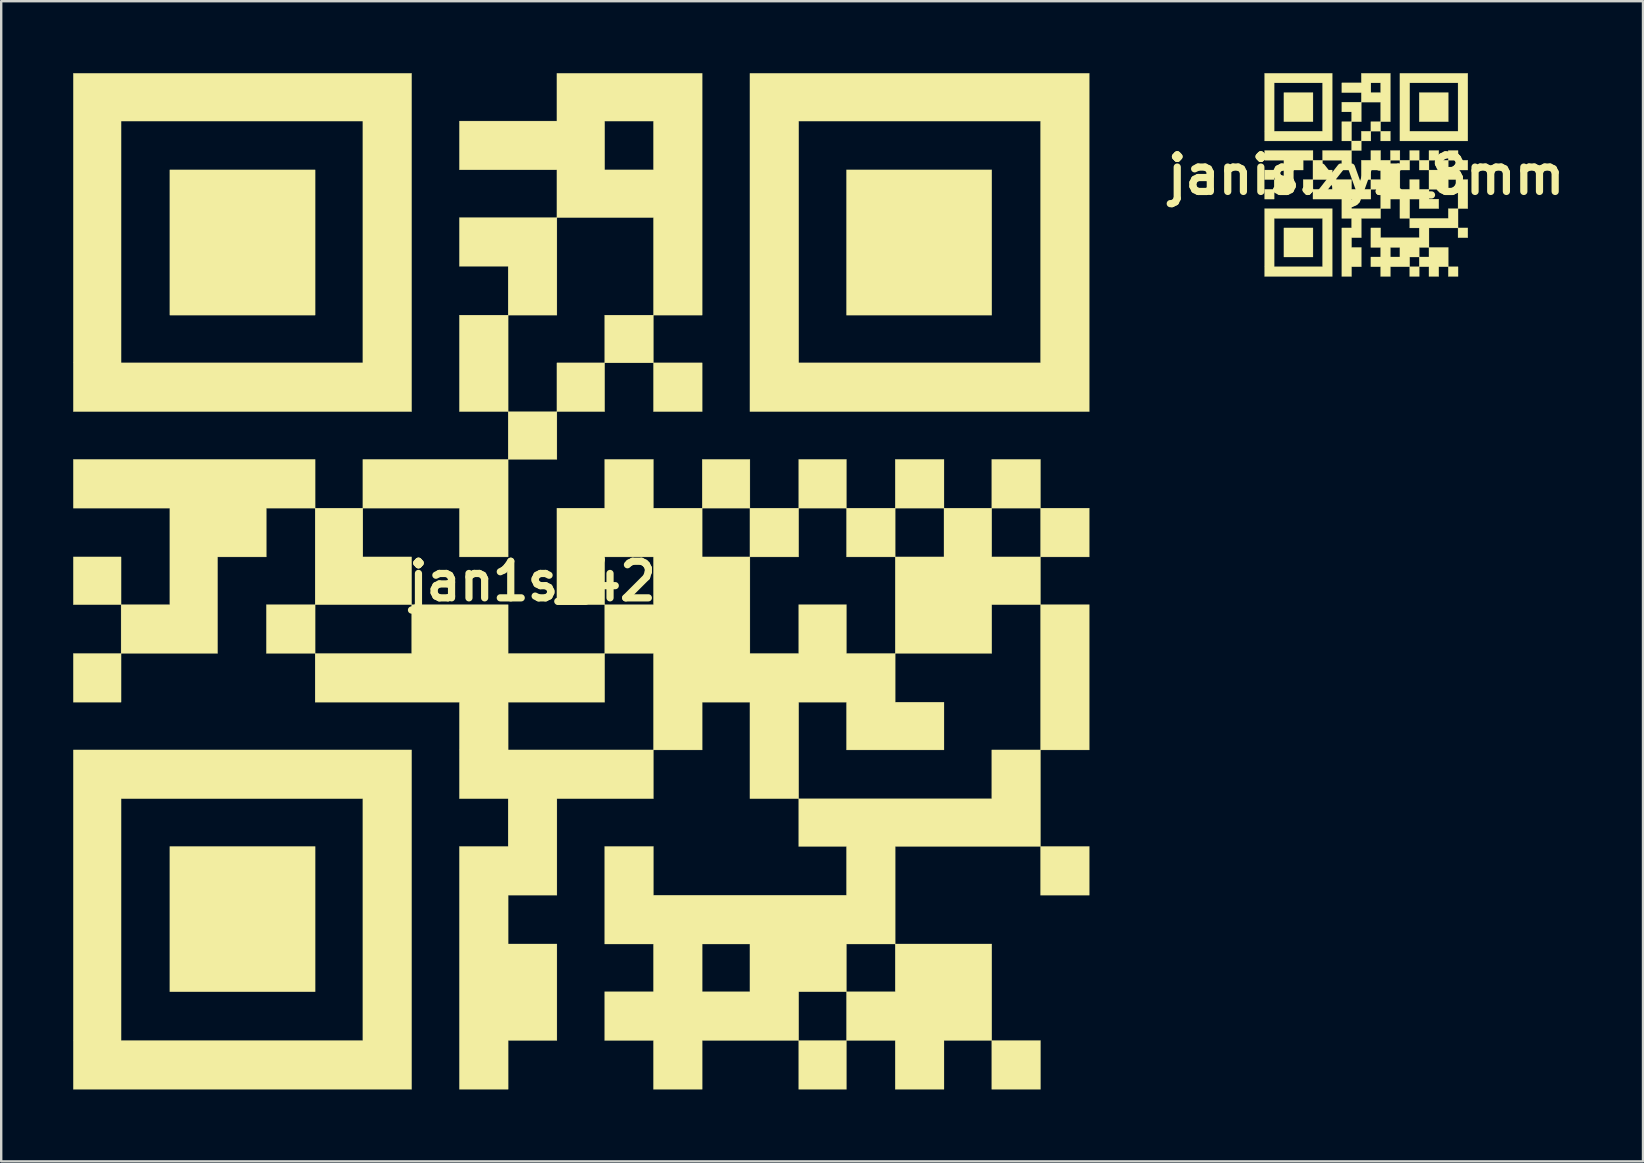
<source format=kicad_pcb>
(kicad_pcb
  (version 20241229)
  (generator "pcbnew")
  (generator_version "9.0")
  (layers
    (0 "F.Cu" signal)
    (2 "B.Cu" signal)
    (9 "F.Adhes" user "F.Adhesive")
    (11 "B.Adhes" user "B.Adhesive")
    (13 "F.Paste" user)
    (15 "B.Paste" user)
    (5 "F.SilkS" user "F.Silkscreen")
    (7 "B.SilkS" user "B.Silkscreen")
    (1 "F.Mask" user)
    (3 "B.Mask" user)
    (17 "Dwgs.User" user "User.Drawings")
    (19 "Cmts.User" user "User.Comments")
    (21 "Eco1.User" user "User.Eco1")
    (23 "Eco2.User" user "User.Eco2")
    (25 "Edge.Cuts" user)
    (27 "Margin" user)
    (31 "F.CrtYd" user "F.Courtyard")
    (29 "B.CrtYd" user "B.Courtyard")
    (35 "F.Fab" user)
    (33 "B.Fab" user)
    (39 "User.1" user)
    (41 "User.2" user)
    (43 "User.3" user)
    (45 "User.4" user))
  (footprint "janis.xyz_8mm"
    (layer "F.Cu")
    (at 53.878 4.238)
    (property "Reference" "janis.xyz_8mm" (at 0 0 0) (layer "F.SilkS") (effects (font (size 1.524 1.524) (thickness 0.3))))
    (attr through_hole)
    (fp_poly (pts (xy -4.233 0.195) (xy -4.233 -0.203) (xy -3.835 -0.203) (xy -3.835 0.195) (xy -4.233 0.195)) (stroke (width 0.01) (type solid)) (fill yes) (layer "F.SilkS"))
    (fp_poly (pts (xy -3.835 1.008) (xy -4.233 1.008) (xy -4.233 0.601) (xy -3.835 0.601) (xy -3.835 1.008)) (stroke (width 0.01) (type solid)) (fill yes) (layer "F.SilkS"))
    (fp_poly (pts (xy -2.625 0.601) (xy -2.625 0.195) (xy -2.218 0.195) (xy -2.218 0.601) (xy -2.625 0.601)) (stroke (width 0.01) (type solid)) (fill yes) (layer "F.SilkS"))
    (fp_poly (pts (xy -2.218 -2.218) (xy -3.429 -2.218) (xy -3.429 -3.429) (xy -2.218 -3.429) (xy -2.218 -2.218)) (stroke (width 0.01) (type solid)) (fill yes) (layer "F.SilkS"))
    (fp_poly (pts (xy -2.218 3.421) (xy -3.429 3.421) (xy -3.429 2.21) (xy -2.218 2.21) (xy -2.218 3.421)) (stroke (width 0.01) (type solid)) (fill yes) (layer "F.SilkS"))
    (fp_poly (pts (xy 1.008 -1.414) (xy 0.601 -1.414) (xy 0.601 -1.82) (xy 1.008 -1.82) (xy 1.008 -1.414)) (stroke (width 0.01) (type solid)) (fill yes) (layer "F.SilkS"))
    (fp_poly (pts (xy 2.21 4.233) (xy 1.812 4.233) (xy 1.812 3.827) (xy 2.21 3.827) (xy 2.21 4.233)) (stroke (width 0.01) (type solid)) (fill yes) (layer "F.SilkS"))
    (fp_poly (pts (xy 3.421 -2.218) (xy 2.21 -2.218) (xy 2.21 -3.429) (xy 3.421 -3.429) (xy 3.421 -2.218)) (stroke (width 0.01) (type solid)) (fill yes) (layer "F.SilkS"))
    (fp_poly (pts (xy 3.421 -1.016) (xy 3.827 -1.016) (xy 3.827 -0.61) (xy 3.421 -0.61) (xy 3.421 -1.016)) (stroke (width 0.01) (type solid)) (fill yes) (layer "F.SilkS"))
    (fp_poly (pts (xy 3.827 -0.61) (xy 4.233 -0.61) (xy 4.233 -0.203) (xy 3.827 -0.203) (xy 3.827 -0.61)) (stroke (width 0.01) (type solid)) (fill yes) (layer "F.SilkS"))
    (fp_poly (pts (xy 3.827 0.195) (xy 4.233 0.195) (xy 4.233 1.405) (xy 3.827 1.405) (xy 3.827 0.195)) (stroke (width 0.01) (type solid)) (fill yes) (layer "F.SilkS"))
    (fp_poly (pts (xy 3.827 4.233) (xy 3.421 4.233) (xy 3.421 3.827) (xy 3.827 3.827) (xy 3.827 4.233)) (stroke (width 0.01) (type solid)) (fill yes) (layer "F.SilkS"))
    (fp_poly (pts (xy 4.233 2.616) (xy 3.827 2.616) (xy 3.827 2.21) (xy 4.233 2.21) (xy 4.233 2.616)) (stroke (width 0.01) (type solid)) (fill yes) (layer "F.SilkS"))
    (fp_poly (pts (xy -2.218 -0.61) (xy -1.82 -0.61) (xy -1.82 -0.203) (xy -1.414 -0.203) (xy -1.414 0.195) (xy -2.218 0.195) (xy -2.218 -0.61)) (stroke (width 0.01) (type solid)) (fill yes) (layer "F.SilkS"))
    (fp_poly (pts (xy -1.82 -1.016) (xy -0.61 -1.016) (xy -0.61 -0.203) (xy -1.016 -0.203) (xy -1.016 -0.61) (xy -1.82 -0.61) (xy -1.82 -1.016)) (stroke (width 0.01) (type solid)) (fill yes) (layer "F.SilkS"))
    (fp_poly (pts (xy 2.21 3.421) (xy 2.616 3.421) (xy 2.616 3.023) (xy 3.421 3.023) (xy 3.421 3.827) (xy 3.023 3.827) (xy 3.023 4.233) (xy 2.616 4.233) (xy 2.616 3.827) (xy 2.21 3.827) (xy 2.21 3.421)) (stroke (width 0.01) (type solid)) (fill yes) (layer "F.SilkS"))
    (fp_poly (pts (xy -1.414 -1.414) (xy -4.233 -1.414) (xy -4.233 -3.835) (xy -3.835 -3.835) (xy -3.835 -1.82) (xy -1.82 -1.82) (xy -1.82 -3.835) (xy -3.835 -3.835) (xy -4.233 -3.835) (xy -4.233 -4.233) (xy -1.414 -4.233) (xy -1.414 -1.414)) (stroke (width 0.01) (type solid)) (fill yes) (layer "F.SilkS"))
    (fp_poly (pts (xy -1.414 4.233) (xy -4.233 4.233) (xy -4.233 1.812) (xy -3.835 1.812) (xy -3.835 3.827) (xy -1.82 3.827) (xy -1.82 1.812) (xy -3.835 1.812) (xy -4.233 1.812) (xy -4.233 1.405) (xy -1.414 1.405) (xy -1.414 4.233)) (stroke (width 0.01) (type solid)) (fill yes) (layer "F.SilkS"))
    (fp_poly (pts (xy 4.233 -1.414) (xy 1.405 -1.414) (xy 1.405 -3.835) (xy 1.812 -3.835) (xy 1.812 -1.82) (xy 3.827 -1.82) (xy 3.827 -3.835) (xy 1.812 -3.835) (xy 1.405 -3.835) (xy 1.405 -4.233) (xy 4.233 -4.233) (xy 4.233 -1.414)) (stroke (width 0.01) (type solid)) (fill yes) (layer "F.SilkS"))
    (fp_poly (pts (xy -3.835 0.195) (xy -3.429 0.195) (xy -3.429 -0.61) (xy -4.233 -0.61) (xy -4.233 -1.016) (xy -2.218 -1.016) (xy -2.218 -0.61) (xy -2.625 -0.61) (xy -2.625 -0.203) (xy -3.031 -0.203) (xy -3.031 0.601) (xy -3.835 0.601) (xy -3.835 0.195)) (stroke (width 0.01) (type solid)) (fill yes) (layer "F.SilkS"))
    (fp_poly (pts (xy 3.827 2.21) (xy 2.616 2.21) (xy 2.616 3.023) (xy 2.21 3.023) (xy 2.21 3.421) (xy 1.812 3.421) (xy 1.812 3.827) (xy 1.008 3.827) (xy 1.008 4.233) (xy 0.601 4.233) (xy 0.601 3.827) (xy 0.195 3.827) (xy 0.195 3.421) (xy 0.601 3.421) (xy 0.601 3.023) (xy 1.008 3.023) (xy 1.008 3.421) (xy 1.405 3.421) (xy 1.405 3.023) (xy 1.008 3.023) (xy 0.601 3.023) (xy 0.195 3.023) (xy 0.195 2.21) (xy 0.601 2.21) (xy 0.601 2.616) (xy 2.21 2.616) (xy 2.21 2.21) (xy 1.812 2.21) (xy 1.812 1.812) (xy 3.421 1.812) (xy 3.421 1.405) (xy 3.827 1.405) (xy 3.827 2.21)) (stroke (width 0.01) (type solid)) (fill yes) (layer "F.SilkS"))
    (fp_poly (pts (xy -0.61 -1.414) (xy -1.016 -1.414) (xy -1.016 -2.218) (xy -0.61 -2.218) (xy -0.61 -1.414) (xy -0.203 -1.414) (xy -0.203 -1.82) (xy 0.195 -1.82) (xy 0.195 -2.218) (xy 0.601 -2.218) (xy 0.601 -3.031) (xy -0.203 -3.031) (xy -0.203 -2.218) (xy -0.61 -2.218) (xy -0.61 -2.625) (xy -1.016 -2.625) (xy -1.016 -3.031) (xy -0.203 -3.031) (xy -0.203 -3.429) (xy -1.016 -3.429) (xy -1.016 -3.835) (xy -0.203 -3.835) (xy 0.195 -3.835) (xy 0.195 -3.429) (xy 0.601 -3.429) (xy 0.601 -3.835) (xy 0.195 -3.835) (xy -0.203 -3.835) (xy -0.203 -4.233) (xy 1.008 -4.233) (xy 1.008 -2.218) (xy 0.601 -2.218) (xy 0.601 -1.82) (xy 0.195 -1.82) (xy 0.195 -1.414) (xy -0.203 -1.414) (xy -0.203 -1.016) (xy -0.61 -1.016) (xy -0.61 -1.414)) (stroke (width 0.01) (type solid)) (fill yes) (layer "F.SilkS"))
    (fp_poly (pts (xy 3.421 -0.203) (xy 3.827 -0.203) (xy 3.827 0.195) (xy 3.421 0.195) (xy 3.421 0.601) (xy 2.616 0.601) (xy 2.616 1.008) (xy 3.023 1.008) (xy 3.023 1.405) (xy 2.21 1.405) (xy 2.21 1.008) (xy 1.812 1.008) (xy 1.812 1.812) (xy 1.405 1.812) (xy 1.405 1.008) (xy 1.008 1.008) (xy 1.008 1.405) (xy 0.601 1.405) (xy 0.601 1.812) (xy -0.203 1.812) (xy -0.203 2.616) (xy -0.61 2.616) (xy -0.61 3.023) (xy -0.203 3.023) (xy -0.203 3.827) (xy -0.61 3.827) (xy -0.61 4.233) (xy -1.016 4.233) (xy -1.016 2.21) (xy -0.61 2.21) (xy -0.61 1.812) (xy -1.016 1.812) (xy -1.016 1.008) (xy -0.61 1.008) (xy -0.61 1.405) (xy 0.601 1.405) (xy 0.601 0.601) (xy 0.195 0.601) (xy 0.195 1.008) (xy -0.61 1.008) (xy -1.016 1.008) (xy -2.218 1.008) (xy -2.218 0.601) (xy -1.414 0.601) (xy -1.414 0.195) (xy -0.61 0.195) (xy -0.61 0.601) (xy 0.195 0.601) (xy 0.195 0.195) (xy -0.203 0.195) (xy -0.203 -0.203) (xy 0.195 -0.203) (xy 0.195 0.195) (xy 0.601 0.195) (xy 0.601 -0.203) (xy 0.195 -0.203) (xy -0.203 -0.203) (xy -0.203 -0.61) (xy 0.195 -0.61) (xy 0.195 -1.016) (xy 0.601 -1.016) (xy 0.601 -0.61) (xy 1.008 -0.61) (xy 1.008 -0.203) (xy 1.405 -0.203) (xy 1.405 0.601) (xy 1.812 0.601) (xy 1.812 0.195) (xy 2.21 0.195) (xy 2.21 0.601) (xy 2.616 0.601) (xy 2.616 -0.203) (xy 2.21 -0.203) (xy 2.21 -0.61) (xy 1.812 -0.61) (xy 1.812 -0.203) (xy 1.405 -0.203) (xy 1.405 -0.61) (xy 1.008 -0.61) (xy 1.008 -1.016) (xy 1.405 -1.016) (xy 1.405 -0.61) (xy 1.812 -0.61) (xy 1.812 -1.016) (xy 2.21 -1.016) (xy 2.21 -0.61) (xy 2.616 -0.61) (xy 2.616 -0.203) (xy 3.023 -0.203) (xy 3.023 -0.61) (xy 2.616 -0.61) (xy 2.616 -1.016) (xy 3.023 -1.016) (xy 3.023 -0.61) (xy 3.421 -0.61) (xy 3.421 -0.203)) (stroke (width 0.01) (type solid)) (fill yes) (layer "F.SilkS")))
  (footprint "jan1s_42mm"
    (layer "F.Cu")
    (at 21.172 21.172)
    (property "Reference" "jan1s_42mm" (at 0 0 0) (layer "F.SilkS") (effects (font (size 1.524 1.524) (thickness 0.3))))
    (attr through_hole)
    (fp_poly (pts (xy -21.167 0.974) (xy -21.167 -1.016) (xy -19.177 -1.016) (xy -19.177 0.974) (xy -21.167 0.974)) (stroke (width 0.01) (type solid)) (fill yes) (layer "F.SilkS"))
    (fp_poly (pts (xy -19.177 5.038) (xy -21.167 5.038) (xy -21.167 3.006) (xy -19.177 3.006) (xy -19.177 5.038)) (stroke (width 0.01) (type solid)) (fill yes) (layer "F.SilkS"))
    (fp_poly (pts (xy -13.123 3.006) (xy -13.123 0.974) (xy -11.091 0.974) (xy -11.091 3.006) (xy -13.123 3.006)) (stroke (width 0.01) (type solid)) (fill yes) (layer "F.SilkS"))
    (fp_poly (pts (xy -11.091 -11.091) (xy -17.145 -11.091) (xy -17.145 -17.145) (xy -11.091 -17.145) (xy -11.091 -11.091)) (stroke (width 0.01) (type solid)) (fill yes) (layer "F.SilkS"))
    (fp_poly (pts (xy -11.091 17.103) (xy -17.145 17.103) (xy -17.145 11.049) (xy -11.091 11.049) (xy -11.091 17.103)) (stroke (width 0.01) (type solid)) (fill yes) (layer "F.SilkS"))
    (fp_poly (pts (xy 5.038 -7.07) (xy 3.006 -7.07) (xy 3.006 -9.102) (xy 5.038 -9.102) (xy 5.038 -7.07)) (stroke (width 0.01) (type solid)) (fill yes) (layer "F.SilkS"))
    (fp_poly (pts (xy 11.049 21.167) (xy 9.059 21.167) (xy 9.059 19.135) (xy 11.049 19.135) (xy 11.049 21.167)) (stroke (width 0.01) (type solid)) (fill yes) (layer "F.SilkS"))
    (fp_poly (pts (xy 17.103 -11.091) (xy 11.049 -11.091) (xy 11.049 -17.145) (xy 17.103 -17.145) (xy 17.103 -11.091)) (stroke (width 0.01) (type solid)) (fill yes) (layer "F.SilkS"))
    (fp_poly (pts (xy 17.103 -5.08) (xy 19.135 -5.08) (xy 19.135 -3.048) (xy 17.103 -3.048) (xy 17.103 -5.08)) (stroke (width 0.01) (type solid)) (fill yes) (layer "F.SilkS"))
    (fp_poly (pts (xy 19.135 -3.048) (xy 21.167 -3.048) (xy 21.167 -1.016) (xy 19.135 -1.016) (xy 19.135 -3.048)) (stroke (width 0.01) (type solid)) (fill yes) (layer "F.SilkS"))
    (fp_poly (pts (xy 19.135 0.974) (xy 21.167 0.974) (xy 21.167 7.027) (xy 19.135 7.027) (xy 19.135 0.974)) (stroke (width 0.01) (type solid)) (fill yes) (layer "F.SilkS"))
    (fp_poly (pts (xy 19.135 21.167) (xy 17.103 21.167) (xy 17.103 19.135) (xy 19.135 19.135) (xy 19.135 21.167)) (stroke (width 0.01) (type solid)) (fill yes) (layer "F.SilkS"))
    (fp_poly (pts (xy 21.167 13.081) (xy 19.135 13.081) (xy 19.135 11.049) (xy 21.167 11.049) (xy 21.167 13.081)) (stroke (width 0.01) (type solid)) (fill yes) (layer "F.SilkS"))
    (fp_poly (pts (xy -11.091 -3.048) (xy -9.102 -3.048) (xy -9.102 -1.016) (xy -7.07 -1.016) (xy -7.07 0.974) (xy -11.091 0.974) (xy -11.091 -3.048)) (stroke (width 0.01) (type solid)) (fill yes) (layer "F.SilkS"))
    (fp_poly (pts (xy -9.102 -5.08) (xy -3.048 -5.08) (xy -3.048 -1.016) (xy -5.08 -1.016) (xy -5.08 -3.048) (xy -9.102 -3.048) (xy -9.102 -5.08)) (stroke (width 0.01) (type solid)) (fill yes) (layer "F.SilkS"))
    (fp_poly (pts (xy 11.049 17.103) (xy 13.081 17.103) (xy 13.081 15.113) (xy 17.103 15.113) (xy 17.103 19.135) (xy 15.113 19.135) (xy 15.113 21.167) (xy 13.081 21.167) (xy 13.081 19.135) (xy 11.049 19.135) (xy 11.049 17.103)) (stroke (width 0.01) (type solid)) (fill yes) (layer "F.SilkS"))
    (fp_poly (pts (xy -7.07 -7.07) (xy -21.167 -7.07) (xy -21.167 -19.177) (xy -19.177 -19.177) (xy -19.177 -9.102) (xy -9.102 -9.102) (xy -9.102 -19.177) (xy -19.177 -19.177) (xy -21.167 -19.177) (xy -21.167 -21.167) (xy -7.07 -21.167) (xy -7.07 -7.07)) (stroke (width 0.01) (type solid)) (fill yes) (layer "F.SilkS"))
    (fp_poly (pts (xy -7.07 21.167) (xy -21.167 21.167) (xy -21.167 9.059) (xy -19.177 9.059) (xy -19.177 19.135) (xy -9.102 19.135) (xy -9.102 9.059) (xy -19.177 9.059) (xy -21.167 9.059) (xy -21.167 7.027) (xy -7.07 7.027) (xy -7.07 21.167)) (stroke (width 0.01) (type solid)) (fill yes) (layer "F.SilkS"))
    (fp_poly (pts (xy 21.167 -7.07) (xy 7.027 -7.07) (xy 7.027 -19.177) (xy 9.059 -19.177) (xy 9.059 -9.102) (xy 19.135 -9.102) (xy 19.135 -19.177) (xy 9.059 -19.177) (xy 7.027 -19.177) (xy 7.027 -21.167) (xy 21.167 -21.167) (xy 21.167 -7.07)) (stroke (width 0.01) (type solid)) (fill yes) (layer "F.SilkS"))
    (fp_poly (pts (xy -19.177 0.974) (xy -17.145 0.974) (xy -17.145 -3.048) (xy -21.167 -3.048) (xy -21.167 -5.08) (xy -11.091 -5.08) (xy -11.091 -3.048) (xy -13.123 -3.048) (xy -13.123 -1.016) (xy -15.155 -1.016) (xy -15.155 3.006) (xy -19.177 3.006) (xy -19.177 0.974)) (stroke (width 0.01) (type solid)) (fill yes) (layer "F.SilkS"))
    (fp_poly (pts (xy 19.135 11.049) (xy 13.081 11.049) (xy 13.081 15.113) (xy 11.049 15.113) (xy 11.049 17.103) (xy 9.059 17.103) (xy 9.059 19.135) (xy 5.038 19.135) (xy 5.038 21.167) (xy 3.006 21.167) (xy 3.006 19.135) (xy 0.974 19.135) (xy 0.974 17.103) (xy 3.006 17.103) (xy 3.006 15.113) (xy 5.038 15.113) (xy 5.038 17.103) (xy 7.027 17.103) (xy 7.027 15.113) (xy 5.038 15.113) (xy 3.006 15.113) (xy 0.974 15.113) (xy 0.974 11.049) (xy 3.006 11.049) (xy 3.006 13.081) (xy 11.049 13.081) (xy 11.049 11.049) (xy 9.059 11.049) (xy 9.059 9.059) (xy 17.103 9.059) (xy 17.103 7.027) (xy 19.135 7.027) (xy 19.135 11.049)) (stroke (width 0.01) (type solid)) (fill yes) (layer "F.SilkS"))
    (fp_poly (pts (xy -3.048 -7.07) (xy -5.08 -7.07) (xy -5.08 -11.091) (xy -3.048 -11.091) (xy -3.048 -7.07) (xy -1.016 -7.07) (xy -1.016 -9.102) (xy 0.974 -9.102) (xy 0.974 -11.091) (xy 3.006 -11.091) (xy 3.006 -15.155) (xy -1.016 -15.155) (xy -1.016 -11.091) (xy -3.048 -11.091) (xy -3.048 -13.123) (xy -5.08 -13.123) (xy -5.08 -15.155) (xy -1.016 -15.155) (xy -1.016 -17.145) (xy -5.08 -17.145) (xy -5.08 -19.177) (xy -1.016 -19.177) (xy 0.974 -19.177) (xy 0.974 -17.145) (xy 3.006 -17.145) (xy 3.006 -19.177) (xy 0.974 -19.177) (xy -1.016 -19.177) (xy -1.016 -21.167) (xy 5.038 -21.167) (xy 5.038 -11.091) (xy 3.006 -11.091) (xy 3.006 -9.102) (xy 0.974 -9.102) (xy 0.974 -7.07) (xy -1.016 -7.07) (xy -1.016 -5.08) (xy -3.048 -5.08) (xy -3.048 -7.07)) (stroke (width 0.01) (type solid)) (fill yes) (layer "F.SilkS"))
    (fp_poly (pts (xy 17.103 -1.016) (xy 19.135 -1.016) (xy 19.135 0.974) (xy 17.103 0.974) (xy 17.103 3.006) (xy 13.081 3.006) (xy 13.081 5.038) (xy 15.113 5.038) (xy 15.113 7.027) (xy 11.049 7.027) (xy 11.049 5.038) (xy 9.059 5.038) (xy 9.059 9.059) (xy 7.027 9.059) (xy 7.027 5.038) (xy 5.038 5.038) (xy 5.038 7.027) (xy 3.006 7.027) (xy 3.006 9.059) (xy -1.016 9.059) (xy -1.016 13.081) (xy -3.048 13.081) (xy -3.048 15.113) (xy -1.016 15.113) (xy -1.016 19.135) (xy -3.048 19.135) (xy -3.048 21.167) (xy -5.08 21.167) (xy -5.08 11.049) (xy -3.048 11.049) (xy -3.048 9.059) (xy -5.08 9.059) (xy -5.08 5.038) (xy -3.048 5.038) (xy -3.048 7.027) (xy 3.006 7.027) (xy 3.006 3.006) (xy 0.974 3.006) (xy 0.974 5.038) (xy -3.048 5.038) (xy -5.08 5.038) (xy -11.091 5.038) (xy -11.091 3.006) (xy -7.07 3.006) (xy -7.07 0.974) (xy -3.048 0.974) (xy -3.048 3.006) (xy 0.974 3.006) (xy 0.974 0.974) (xy -1.016 0.974) (xy -1.016 -1.016) (xy 0.974 -1.016) (xy 0.974 0.974) (xy 3.006 0.974) (xy 3.006 -1.016) (xy 0.974 -1.016) (xy -1.016 -1.016) (xy -1.016 -3.048) (xy 0.974 -3.048) (xy 0.974 -5.08) (xy 3.006 -5.08) (xy 3.006 -3.048) (xy 5.038 -3.048) (xy 5.038 -1.016) (xy 7.027 -1.016) (xy 7.027 3.006) (xy 9.059 3.006) (xy 9.059 0.974) (xy 11.049 0.974) (xy 11.049 3.006) (xy 13.081 3.006) (xy 13.081 -1.016) (xy 11.049 -1.016) (xy 11.049 -3.048) (xy 9.059 -3.048) (xy 9.059 -1.016) (xy 7.027 -1.016) (xy 7.027 -3.048) (xy 5.038 -3.048) (xy 5.038 -5.08) (xy 7.027 -5.08) (xy 7.027 -3.048) (xy 9.059 -3.048) (xy 9.059 -5.08) (xy 11.049 -5.08) (xy 11.049 -3.048) (xy 13.081 -3.048) (xy 13.081 -1.016) (xy 15.113 -1.016) (xy 15.113 -3.048) (xy 13.081 -3.048) (xy 13.081 -5.08) (xy 15.113 -5.08) (xy 15.113 -3.048) (xy 17.103 -3.048) (xy 17.103 -1.016)) (stroke (width 0.01) (type solid)) (fill yes) (layer "F.SilkS")))
  (gr_rect
    (start -3 -3)
    (end 65.412 45.343)
    (stroke (width 0.1) (type default))
    (fill no)
    (layer "Edge.Cuts")))
</source>
